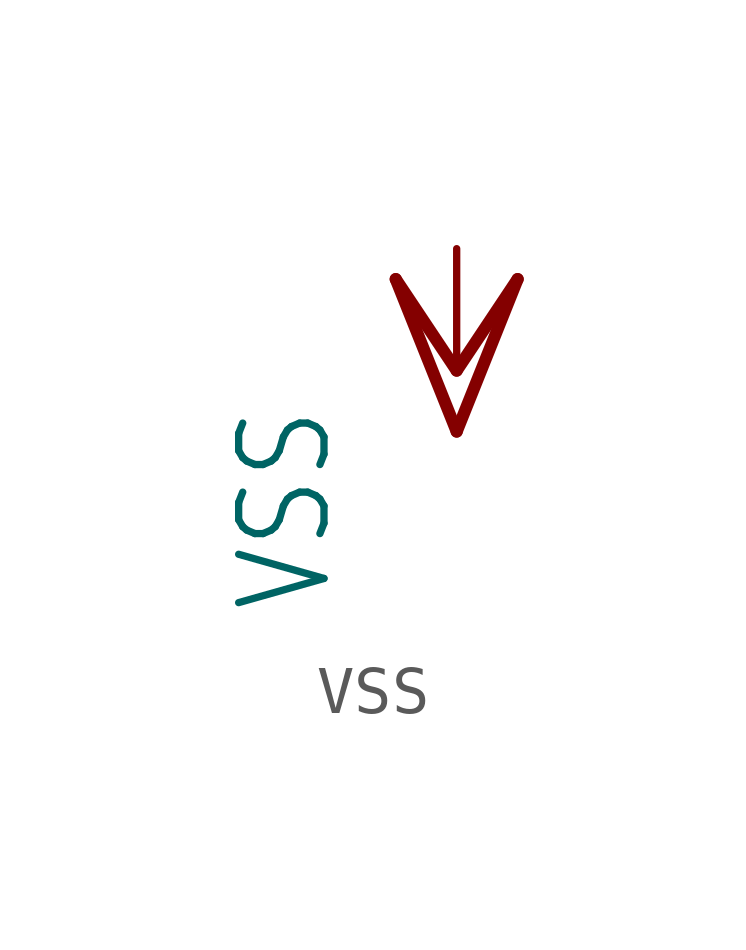
<source format=kicad_sym>
(kicad_symbol_lib
  (version 20211014)
  (generator kicad_symbol_editor)
  (symbol "VSS"
    (power)
    (property "Reference" "#VSS"
      (at 0 0 0)
      (effects (font (size 1.27 1.27)) hide))
    (property "Value" "VSS"
      (at -2.54 -5.08 90)
      (effects (font (size 1.778 1.511)) (justify left bottom)))
    (property "ki_locked" ""
      (at 0 0 0)
      (effects (font (size 1.27 1.27))))
    (symbol "VSS_1_0"
      (polyline (pts (xy -1.27 1.905) (xy 0 -1.27)) (stroke (width 0.254) (type default) (color 0 0 0 0)) (fill (type none)))
      (polyline (pts (xy -1.27 1.905) (xy 0 0)) (stroke (width 0.254) (type default) (color 0 0 0 0)) (fill (type none)))
      (polyline (pts (xy 0 -1.27) (xy 1.27 1.905)) (stroke (width 0.254) (type default) (color 0 0 0 0)) (fill (type none)))
      (polyline (pts (xy 0 0) (xy 1.27 1.905)) (stroke (width 0.254) (type default) (color 0 0 0 0)) (fill (type none)))
      (pin power_in line (at 0 2.54 270) (length 2.54) (name "VSS" (effects (font (size 0 0)))) (number "1" (effects (font (size 0 0))))))))
</source>
